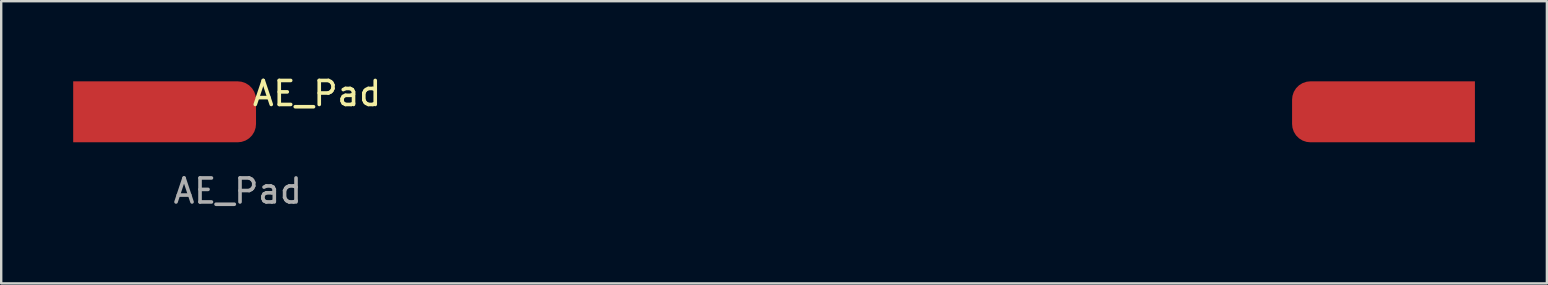
<source format=kicad_pcb>
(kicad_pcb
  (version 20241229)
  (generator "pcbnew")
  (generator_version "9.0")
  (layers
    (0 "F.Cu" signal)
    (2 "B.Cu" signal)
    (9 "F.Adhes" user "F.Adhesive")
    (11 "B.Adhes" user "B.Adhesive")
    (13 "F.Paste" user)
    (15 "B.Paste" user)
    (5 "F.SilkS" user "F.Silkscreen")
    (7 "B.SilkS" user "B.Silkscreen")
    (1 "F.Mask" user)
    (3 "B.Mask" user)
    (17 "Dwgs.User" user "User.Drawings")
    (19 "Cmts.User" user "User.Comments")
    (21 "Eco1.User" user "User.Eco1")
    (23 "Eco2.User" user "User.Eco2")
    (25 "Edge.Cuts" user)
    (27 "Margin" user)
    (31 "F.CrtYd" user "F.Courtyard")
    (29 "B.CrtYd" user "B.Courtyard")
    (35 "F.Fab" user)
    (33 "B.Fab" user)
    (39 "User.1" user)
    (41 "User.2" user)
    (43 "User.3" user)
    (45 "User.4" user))
  (footprint "AE_Pad"
    (layer "F.Cu")
    (at 3.81 1.61)
    (property "Reference" "AE_Pad" (at 6.35 -0.762 0) (unlocked yes) (layer "F.SilkS") (effects (font (size 1 1) (thickness 0.15))))
    (attr smd)
    (fp_text user "${REFERENCE}" (at 3.048 3.302 0) (unlocked yes) (layer "F.Fab") (effects (font (size 1 1) (thickness 0.15))))
    (pad "1" smd roundrect (at 0 0) (size 7.62 2.54) (layers "F.Cu" "F.Mask" "F.Paste") (roundrect_rratio 0.3) (chamfer_ratio 0) (chamfer top_left bottom_left))
    (pad "2" smd roundrect (at 50.8 0 180) (size 7.62 2.54) (layers "F.Cu" "F.Mask" "F.Paste") (roundrect_rratio 0.3) (chamfer_ratio 0) (chamfer top_left bottom_left))
    (zone (net_name "") (layer "In1.Cu") (hatch edge 0.508) (connect_pads) (min_thickness 0.254) (filled_areas_thickness no) (keepout (tracks not_allowed) (vias not_allowed) (pads not_allowed) (copperpour not_allowed) (footprints allowed)) (placement (enabled no)) (fill) (polygon (pts (xy 0 0.086) (xy 0 3.134) (arc (start 6.858 3.13425) (mid 7.57642 2.83667) (end 7.874 2.11825)) (arc (start 7.874 1.10225) (mid 7.57642 0.38383) (end 6.858 0.08625)))))
    (zone (net_name "") (layer "In1.Cu") (hatch edge 0.508) (connect_pads) (min_thickness 0.254) (filled_areas_thickness no) (keepout (tracks not_allowed) (vias not_allowed) (pads not_allowed) (copperpour not_allowed) (footprints allowed)) (placement (enabled no)) (fill) (polygon (pts (xy 58.42 3.134) (xy 58.42 0.086) (arc (start 51.562 0.08625) (mid 50.84358 0.38383) (end 50.546 1.10225)) (arc (start 50.546 2.11825) (mid 50.84358 2.83667) (end 51.562 3.13425))))))
  (gr_rect
    (start -3 -3)
    (end 61.42 8.761)
    (stroke (width 0.1) (type default))
    (fill no)
    (layer "Edge.Cuts")))
</source>
